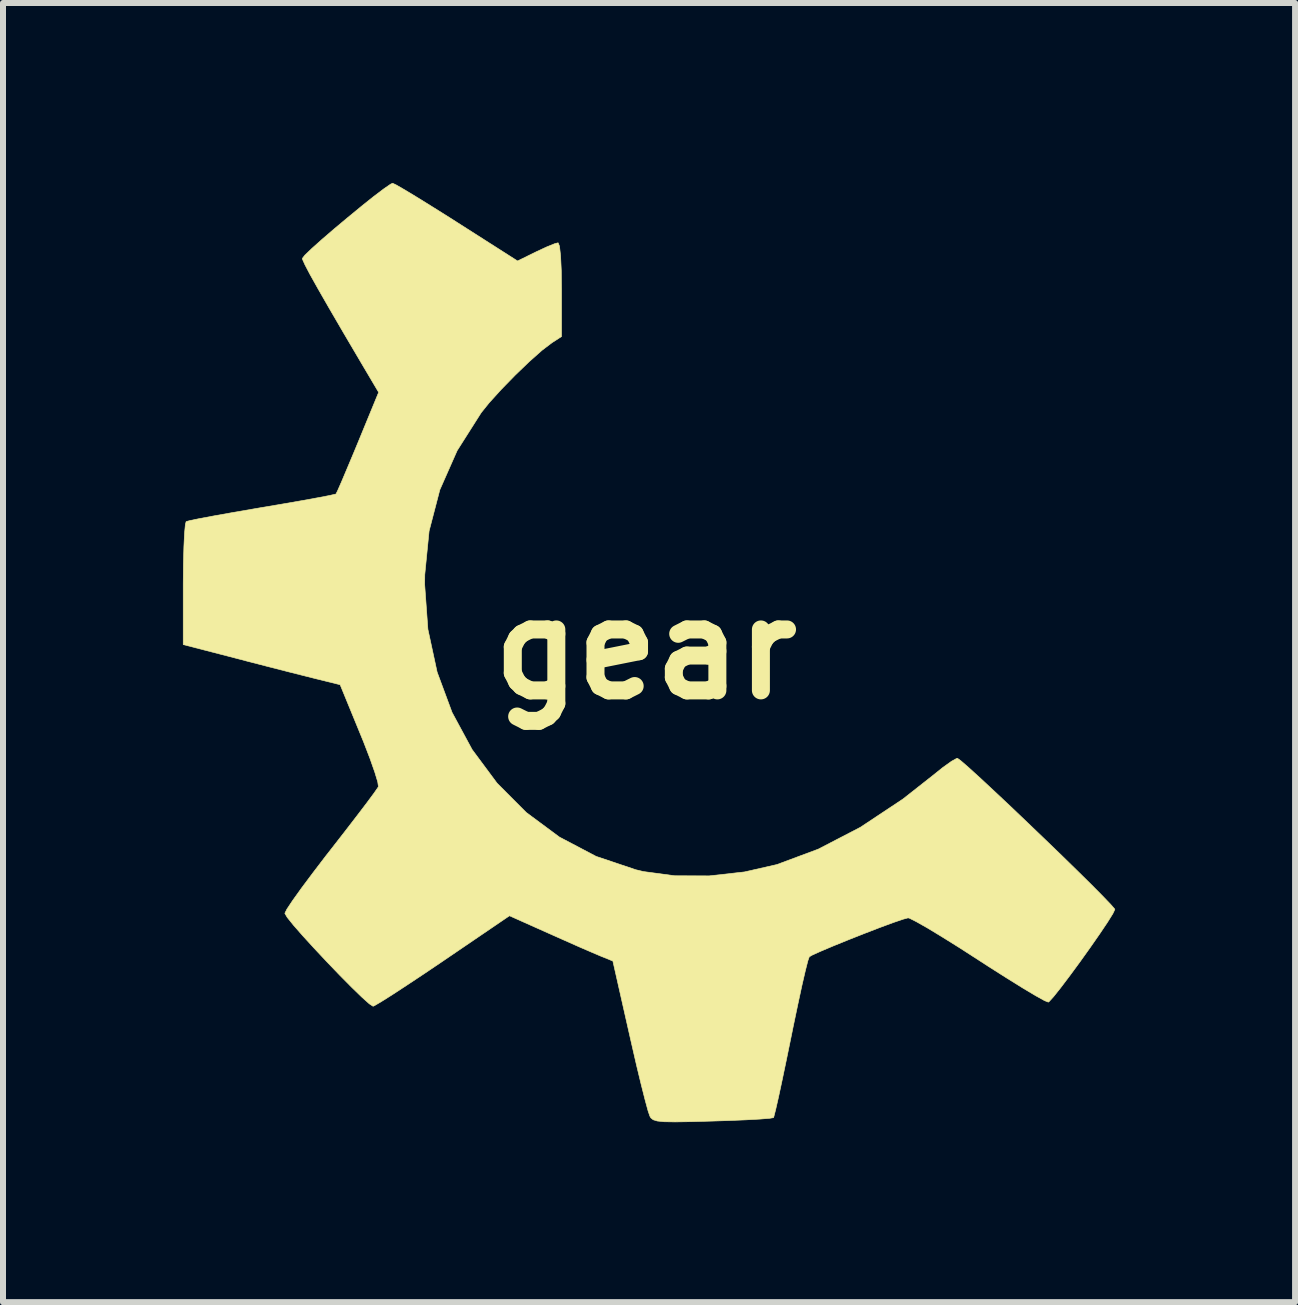
<source format=kicad_pcb>
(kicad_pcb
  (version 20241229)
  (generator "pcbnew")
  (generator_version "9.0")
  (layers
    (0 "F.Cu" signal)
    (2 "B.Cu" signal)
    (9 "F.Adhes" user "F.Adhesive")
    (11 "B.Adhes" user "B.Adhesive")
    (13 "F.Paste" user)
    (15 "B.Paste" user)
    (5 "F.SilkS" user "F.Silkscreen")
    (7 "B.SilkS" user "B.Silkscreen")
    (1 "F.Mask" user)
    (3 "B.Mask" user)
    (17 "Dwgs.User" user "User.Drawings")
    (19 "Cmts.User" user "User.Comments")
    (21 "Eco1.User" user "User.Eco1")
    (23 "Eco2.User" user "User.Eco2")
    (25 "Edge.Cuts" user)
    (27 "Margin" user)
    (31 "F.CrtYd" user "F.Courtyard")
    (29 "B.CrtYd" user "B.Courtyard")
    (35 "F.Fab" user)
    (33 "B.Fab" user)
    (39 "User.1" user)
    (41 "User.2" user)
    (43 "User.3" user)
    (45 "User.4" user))
  (footprint "gear"
    (layer "F.Cu")
    (at 7.713 7.771)
    (property "Reference" "gear" (at 0 0 0) (layer "F.SilkS") (effects (font (size 1.524 1.524) (thickness 0.3))))
    (attr through_hole)
    (fp_poly (pts (xy -4.154 -7.736) (xy -4.009 -7.652) (xy -3.796 -7.523) (xy -3.532 -7.359) (xy -3.231 -7.17) (xy -3.15 -7.118) (xy -2.134 -6.47) (xy -1.825 -6.622) (xy -1.649 -6.704) (xy -1.513 -6.759) (xy -1.458 -6.773) (xy -1.435 -6.717) (xy -1.417 -6.559) (xy -1.405 -6.312) (xy -1.401 -5.992) (xy -1.401 -5.21) (xy -1.562 -5.106) (xy -1.726 -4.981) (xy -1.939 -4.792) (xy -2.175 -4.565) (xy -2.407 -4.327) (xy -2.609 -4.104) (xy -2.74 -3.941) (xy -3.141 -3.309) (xy -3.43 -2.655) (xy -3.609 -1.968) (xy -3.681 -1.24) (xy -3.683 -1.078) (xy -3.629 -0.329) (xy -3.475 0.385) (xy -3.226 1.057) (xy -2.891 1.677) (xy -2.476 2.236) (xy -1.989 2.725) (xy -1.436 3.135) (xy -0.824 3.457) (xy -0.161 3.68) (xy -0.035 3.71) (xy 0.486 3.78) (xy 1.061 3.782) (xy 1.65 3.716) (xy 2.19 3.593) (xy 2.88 3.336) (xy 3.583 2.971) (xy 4.291 2.501) (xy 4.78 2.116) (xy 4.956 1.975) (xy 5.1 1.872) (xy 5.188 1.823) (xy 5.201 1.822) (xy 5.264 1.869) (xy 5.397 1.985) (xy 5.586 2.157) (xy 5.818 2.373) (xy 6.083 2.622) (xy 6.366 2.892) (xy 6.655 3.169) (xy 6.939 3.443) (xy 7.203 3.701) (xy 7.436 3.931) (xy 7.625 4.122) (xy 7.757 4.26) (xy 7.821 4.334) (xy 7.824 4.342) (xy 7.791 4.412) (xy 7.702 4.555) (xy 7.571 4.75) (xy 7.413 4.977) (xy 7.243 5.215) (xy 7.074 5.445) (xy 6.922 5.646) (xy 6.802 5.797) (xy 6.727 5.879) (xy 6.715 5.887) (xy 6.652 5.862) (xy 6.506 5.781) (xy 6.293 5.654) (xy 6.026 5.488) (xy 5.72 5.294) (xy 5.563 5.192) (xy 5.242 4.985) (xy 4.949 4.802) (xy 4.702 4.652) (xy 4.513 4.545) (xy 4.4 4.488) (xy 4.377 4.482) (xy 4.292 4.505) (xy 4.125 4.562) (xy 3.901 4.645) (xy 3.644 4.744) (xy 3.379 4.849) (xy 3.13 4.95) (xy 2.922 5.038) (xy 2.78 5.102) (xy 2.73 5.131) (xy 2.706 5.198) (xy 2.664 5.363) (xy 2.607 5.609) (xy 2.54 5.919) (xy 2.465 6.277) (xy 2.424 6.479) (xy 2.347 6.854) (xy 2.277 7.189) (xy 2.217 7.469) (xy 2.17 7.675) (xy 2.14 7.793) (xy 2.133 7.813) (xy 2.068 7.824) (xy 1.906 7.837) (xy 1.667 7.85) (xy 1.37 7.862) (xy 1.117 7.87) (xy 0.755 7.88) (xy 0.492 7.884) (xy 0.311 7.881) (xy 0.195 7.869) (xy 0.127 7.848) (xy 0.088 7.816) (xy 0.072 7.788) (xy 0.042 7.701) (xy -0.008 7.517) (xy -0.074 7.256) (xy -0.151 6.937) (xy -0.234 6.576) (xy -0.265 6.44) (xy -0.545 5.202) (xy -0.754 5.117) (xy -0.89 5.059) (xy -1.103 4.967) (xy -1.362 4.852) (xy -1.616 4.739) (xy -2.269 4.447) (xy -3.378 5.202) (xy -3.697 5.417) (xy -3.985 5.608) (xy -4.228 5.767) (xy -4.411 5.882) (xy -4.52 5.946) (xy -4.543 5.956) (xy -4.606 5.915) (xy -4.73 5.804) (xy -4.9 5.639) (xy -5.099 5.438) (xy -5.312 5.216) (xy -5.522 4.992) (xy -5.713 4.783) (xy -5.87 4.604) (xy -5.975 4.473) (xy -6.014 4.406) (xy -6.014 4.406) (xy -5.98 4.337) (xy -5.883 4.191) (xy -5.734 3.983) (xy -5.544 3.729) (xy -5.325 3.442) (xy -5.248 3.344) (xy -5.019 3.05) (xy -4.815 2.785) (xy -4.646 2.563) (xy -4.524 2.398) (xy -4.46 2.305) (xy -4.454 2.293) (xy -4.465 2.216) (xy -4.515 2.051) (xy -4.596 1.821) (xy -4.702 1.546) (xy -4.759 1.407) (xy -5.092 0.595) (xy -5.48 0.499) (xy -5.675 0.45) (xy -5.952 0.38) (xy -6.28 0.296) (xy -6.629 0.206) (xy -6.788 0.164) (xy -7.708 -0.074) (xy -7.708 -1.085) (xy -7.705 -1.416) (xy -7.697 -1.706) (xy -7.686 -1.933) (xy -7.672 -2.08) (xy -7.659 -2.125) (xy -7.589 -2.144) (xy -7.422 -2.178) (xy -7.174 -2.224) (xy -6.865 -2.279) (xy -6.512 -2.34) (xy -6.396 -2.36) (xy -6.035 -2.421) (xy -5.714 -2.477) (xy -5.451 -2.525) (xy -5.264 -2.561) (xy -5.169 -2.583) (xy -5.161 -2.586) (xy -5.132 -2.645) (xy -5.067 -2.793) (xy -4.975 -3.011) (xy -4.862 -3.28) (xy -4.794 -3.444) (xy -4.45 -4.28) (xy -4.747 -4.782) (xy -5.042 -5.283) (xy -5.279 -5.69) (xy -5.462 -6.009) (xy -5.594 -6.245) (xy -5.678 -6.405) (xy -5.718 -6.494) (xy -5.722 -6.513) (xy -5.679 -6.568) (xy -5.563 -6.679) (xy -5.392 -6.832) (xy -5.185 -7.01) (xy -4.959 -7.199) (xy -4.735 -7.383) (xy -4.53 -7.547) (xy -4.362 -7.674) (xy -4.25 -7.751) (xy -4.217 -7.766) (xy -4.154 -7.736)) (stroke (width 0.01) (type solid)) (fill yes) (layer "F.SilkS")))
  (gr_rect
    (start -3 -3)
    (end 18.542 18.66)
    (stroke (width 0.1) (type default))
    (fill no)
    (layer "Edge.Cuts")))
</source>
